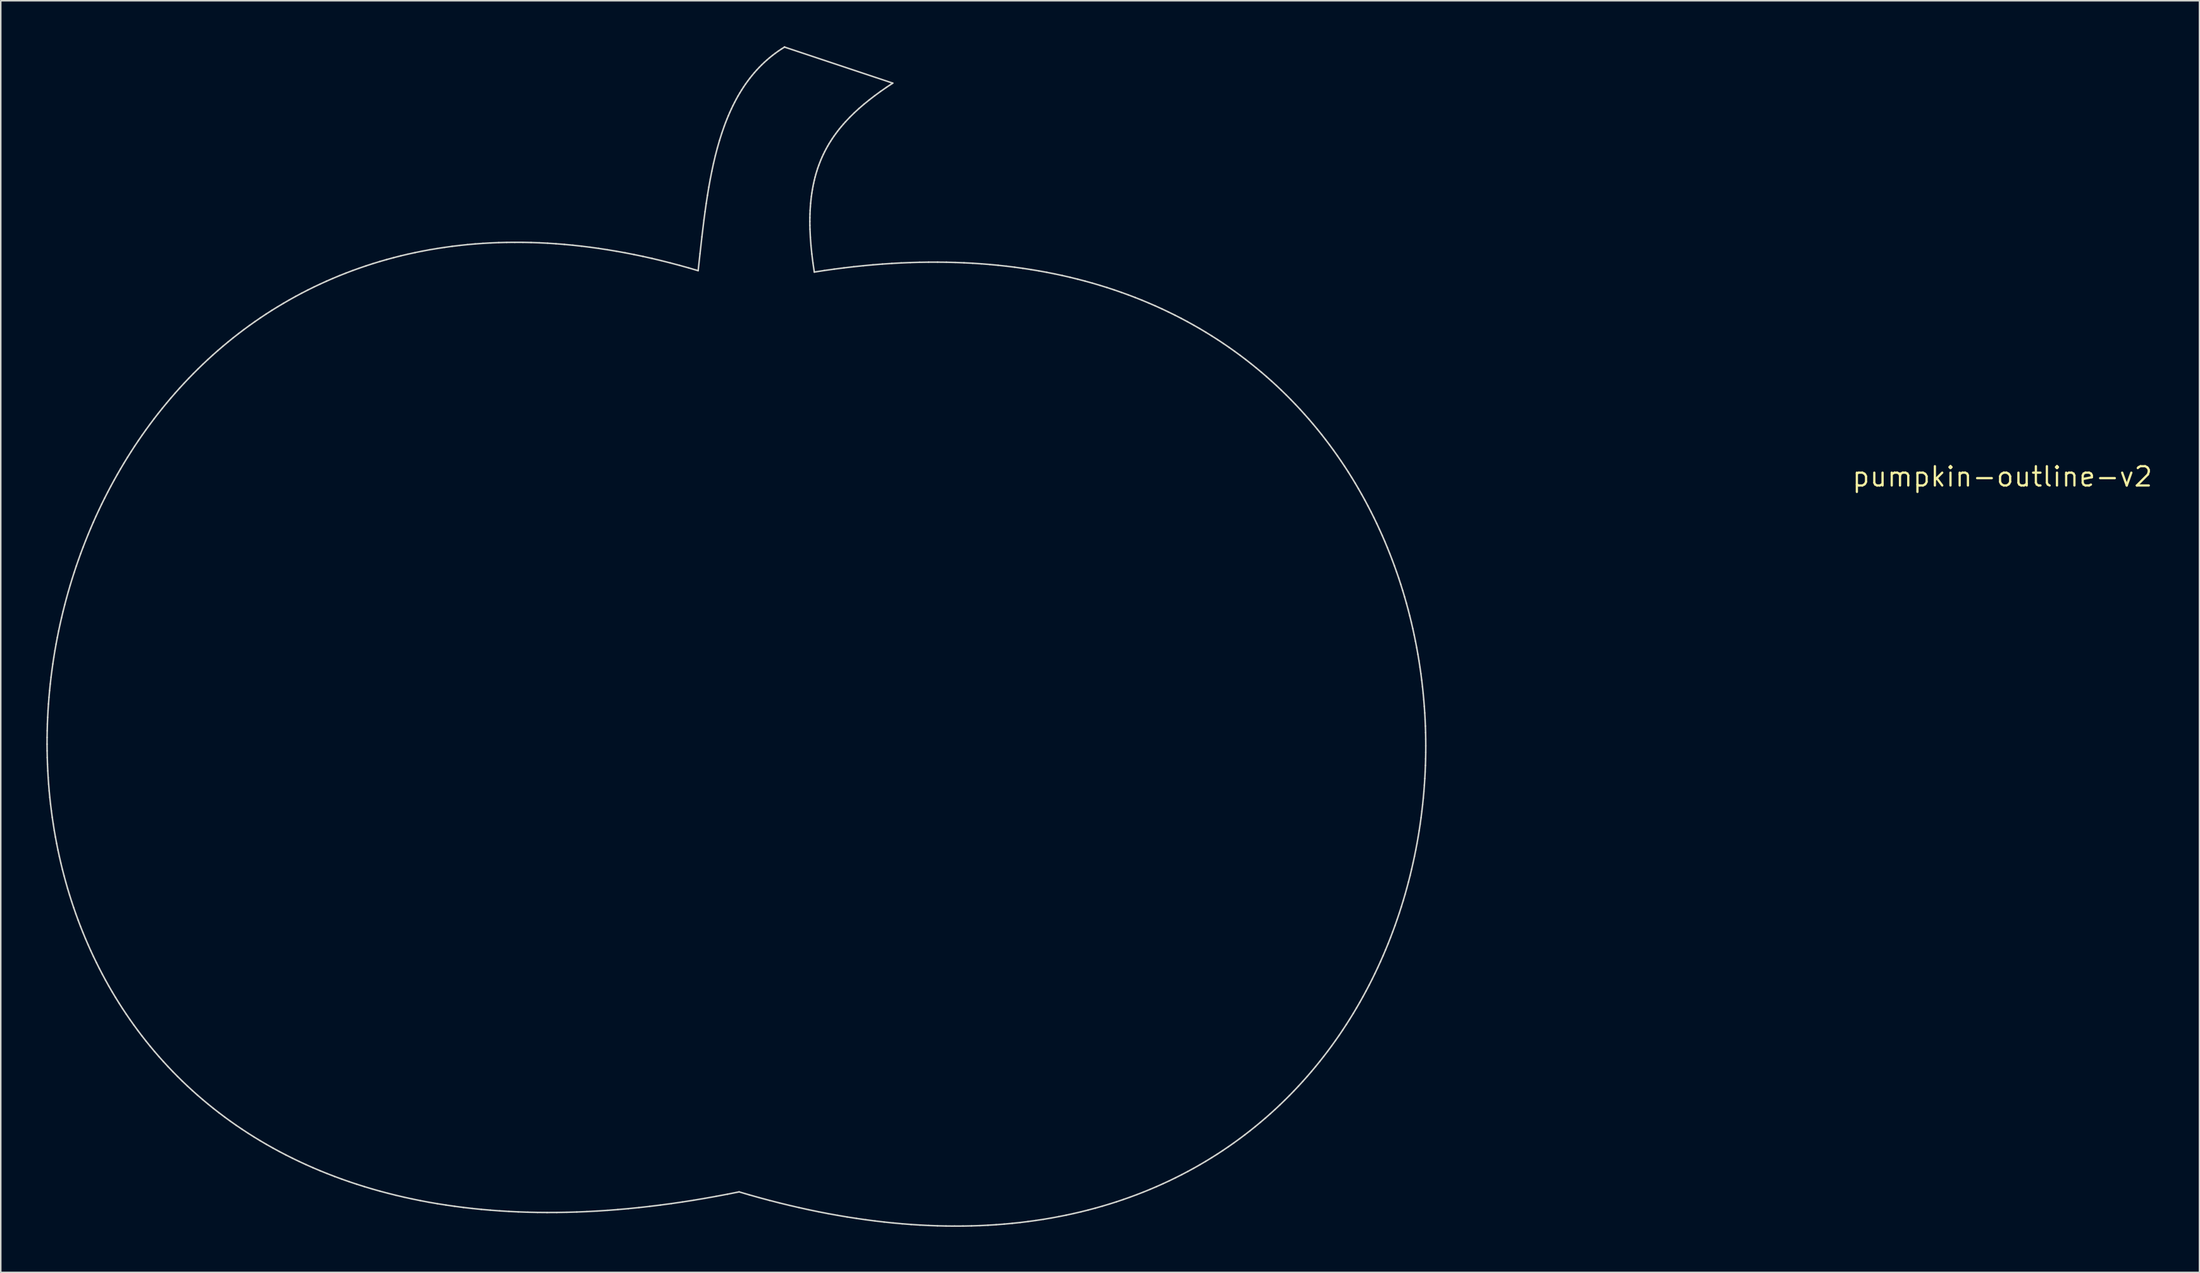
<source format=kicad_pcb>
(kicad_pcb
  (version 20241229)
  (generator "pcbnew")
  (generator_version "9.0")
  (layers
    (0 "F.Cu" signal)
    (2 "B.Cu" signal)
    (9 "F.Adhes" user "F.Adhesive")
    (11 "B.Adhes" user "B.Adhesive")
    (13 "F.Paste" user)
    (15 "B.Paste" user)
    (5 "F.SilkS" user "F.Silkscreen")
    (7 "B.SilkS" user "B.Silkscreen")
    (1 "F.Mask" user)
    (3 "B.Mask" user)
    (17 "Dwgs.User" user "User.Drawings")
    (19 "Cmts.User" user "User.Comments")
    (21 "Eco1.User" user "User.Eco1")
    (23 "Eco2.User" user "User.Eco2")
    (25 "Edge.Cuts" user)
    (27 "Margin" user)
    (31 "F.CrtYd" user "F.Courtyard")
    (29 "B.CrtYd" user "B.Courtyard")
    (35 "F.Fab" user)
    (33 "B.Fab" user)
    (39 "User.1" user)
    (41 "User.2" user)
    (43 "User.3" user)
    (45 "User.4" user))
  (footprint "pumpkin-outline-v2"
    (layer "F.Cu")
    (at 128.862 28.361)
    (property "Reference" "pumpkin-outline-v2" (at 0 0 0) (layer "F.SilkS") (effects (font (size 1.27 1.27) (thickness 0.15))))
    (attr through_hole)
    (fp_line (start -128.812 17.624) (end -128.808 18.065) (stroke (width 0.1) (type solid)) (layer "Edge.Cuts"))
    (fp_line (start -128.81 17.183) (end -128.812 17.624) (stroke (width 0.1) (type solid)) (layer "Edge.Cuts"))
    (fp_line (start -128.808 18.065) (end -128.799 18.506) (stroke (width 0.1) (type solid)) (layer "Edge.Cuts"))
    (fp_line (start -128.802 16.742) (end -128.81 17.183) (stroke (width 0.1) (type solid)) (layer "Edge.Cuts"))
    (fp_line (start -128.799 18.506) (end -128.784 18.946) (stroke (width 0.1) (type solid)) (layer "Edge.Cuts"))
    (fp_line (start -128.79 16.301) (end -128.802 16.742) (stroke (width 0.1) (type solid)) (layer "Edge.Cuts"))
    (fp_line (start -128.784 18.946) (end -128.764 19.386) (stroke (width 0.1) (type solid)) (layer "Edge.Cuts"))
    (fp_line (start -128.772 15.86) (end -128.79 16.301) (stroke (width 0.1) (type solid)) (layer "Edge.Cuts"))
    (fp_line (start -128.764 19.386) (end -128.739 19.825) (stroke (width 0.1) (type solid)) (layer "Edge.Cuts"))
    (fp_line (start -128.748 15.419) (end -128.772 15.86) (stroke (width 0.1) (type solid)) (layer "Edge.Cuts"))
    (fp_line (start -128.739 19.825) (end -128.708 20.264) (stroke (width 0.1) (type solid)) (layer "Edge.Cuts"))
    (fp_line (start -128.719 14.978) (end -128.748 15.419) (stroke (width 0.1) (type solid)) (layer "Edge.Cuts"))
    (fp_line (start -128.708 20.264) (end -128.672 20.702) (stroke (width 0.1) (type solid)) (layer "Edge.Cuts"))
    (fp_line (start -128.685 14.538) (end -128.719 14.978) (stroke (width 0.1) (type solid)) (layer "Edge.Cuts"))
    (fp_line (start -128.672 20.702) (end -128.63 21.139) (stroke (width 0.1) (type solid)) (layer "Edge.Cuts"))
    (fp_line (start -128.645 14.097) (end -128.685 14.538) (stroke (width 0.1) (type solid)) (layer "Edge.Cuts"))
    (fp_line (start -128.63 21.139) (end -128.582 21.576) (stroke (width 0.1) (type solid)) (layer "Edge.Cuts"))
    (fp_line (start -128.6 13.658) (end -128.645 14.097) (stroke (width 0.1) (type solid)) (layer "Edge.Cuts"))
    (fp_line (start -128.582 21.576) (end -128.529 22.012) (stroke (width 0.1) (type solid)) (layer "Edge.Cuts"))
    (fp_line (start -128.55 13.218) (end -128.6 13.658) (stroke (width 0.1) (type solid)) (layer "Edge.Cuts"))
    (fp_line (start -128.529 22.012) (end -128.47 22.447) (stroke (width 0.1) (type solid)) (layer "Edge.Cuts"))
    (fp_line (start -128.494 12.779) (end -128.55 13.218) (stroke (width 0.1) (type solid)) (layer "Edge.Cuts"))
    (fp_line (start -128.47 22.447) (end -128.406 22.88) (stroke (width 0.1) (type solid)) (layer "Edge.Cuts"))
    (fp_line (start -128.433 12.341) (end -128.494 12.779) (stroke (width 0.1) (type solid)) (layer "Edge.Cuts"))
    (fp_line (start -128.406 22.88) (end -128.337 23.313) (stroke (width 0.1) (type solid)) (layer "Edge.Cuts"))
    (fp_line (start -128.367 11.904) (end -128.433 12.341) (stroke (width 0.1) (type solid)) (layer "Edge.Cuts"))
    (fp_line (start -128.337 23.313) (end -128.261 23.745) (stroke (width 0.1) (type solid)) (layer "Edge.Cuts"))
    (fp_line (start -128.295 11.467) (end -128.367 11.904) (stroke (width 0.1) (type solid)) (layer "Edge.Cuts"))
    (fp_line (start -128.261 23.745) (end -128.18 24.175) (stroke (width 0.1) (type solid)) (layer "Edge.Cuts"))
    (fp_line (start -128.218 11.032) (end -128.295 11.467) (stroke (width 0.1) (type solid)) (layer "Edge.Cuts"))
    (fp_line (start -128.18 24.175) (end -128.094 24.604) (stroke (width 0.1) (type solid)) (layer "Edge.Cuts"))
    (fp_line (start -128.136 10.597) (end -128.218 11.032) (stroke (width 0.1) (type solid)) (layer "Edge.Cuts"))
    (fp_line (start -128.094 24.604) (end -128.001 25.032) (stroke (width 0.1) (type solid)) (layer "Edge.Cuts"))
    (fp_line (start -128.049 10.163) (end -128.136 10.597) (stroke (width 0.1) (type solid)) (layer "Edge.Cuts"))
    (fp_line (start -128.001 25.032) (end -127.904 25.458) (stroke (width 0.1) (type solid)) (layer "Edge.Cuts"))
    (fp_line (start -127.956 9.73) (end -128.049 10.163) (stroke (width 0.1) (type solid)) (layer "Edge.Cuts"))
    (fp_line (start -127.904 25.458) (end -127.8 25.883) (stroke (width 0.1) (type solid)) (layer "Edge.Cuts"))
    (fp_line (start -127.859 9.299) (end -127.956 9.73) (stroke (width 0.1) (type solid)) (layer "Edge.Cuts"))
    (fp_line (start -127.8 25.883) (end -127.691 26.306) (stroke (width 0.1) (type solid)) (layer "Edge.Cuts"))
    (fp_line (start -127.755 8.868) (end -127.859 9.299) (stroke (width 0.1) (type solid)) (layer "Edge.Cuts"))
    (fp_line (start -127.691 26.306) (end -127.576 26.727) (stroke (width 0.1) (type solid)) (layer "Edge.Cuts"))
    (fp_line (start -127.647 8.439) (end -127.755 8.868) (stroke (width 0.1) (type solid)) (layer "Edge.Cuts"))
    (fp_line (start -127.576 26.727) (end -127.456 27.147) (stroke (width 0.1) (type solid)) (layer "Edge.Cuts"))
    (fp_line (start -127.534 8.011) (end -127.647 8.439) (stroke (width 0.1) (type solid)) (layer "Edge.Cuts"))
    (fp_line (start -127.456 27.147) (end -127.329 27.565) (stroke (width 0.1) (type solid)) (layer "Edge.Cuts"))
    (fp_line (start -127.415 7.585) (end -127.534 8.011) (stroke (width 0.1) (type solid)) (layer "Edge.Cuts"))
    (fp_line (start -127.329 27.565) (end -127.198 27.98) (stroke (width 0.1) (type solid)) (layer "Edge.Cuts"))
    (fp_line (start -127.291 7.161) (end -127.415 7.585) (stroke (width 0.1) (type solid)) (layer "Edge.Cuts"))
    (fp_line (start -127.198 27.98) (end -127.06 28.394) (stroke (width 0.1) (type solid)) (layer "Edge.Cuts"))
    (fp_line (start -127.162 6.737) (end -127.291 7.161) (stroke (width 0.1) (type solid)) (layer "Edge.Cuts"))
    (fp_line (start -127.06 28.394) (end -126.917 28.806) (stroke (width 0.1) (type solid)) (layer "Edge.Cuts"))
    (fp_line (start -127.028 6.316) (end -127.162 6.737) (stroke (width 0.1) (type solid)) (layer "Edge.Cuts"))
    (fp_line (start -126.917 28.806) (end -126.768 29.216) (stroke (width 0.1) (type solid)) (layer "Edge.Cuts"))
    (fp_line (start -126.889 5.896) (end -127.028 6.316) (stroke (width 0.1) (type solid)) (layer "Edge.Cuts"))
    (fp_line (start -126.768 29.216) (end -126.613 29.624) (stroke (width 0.1) (type solid)) (layer "Edge.Cuts"))
    (fp_line (start -126.744 5.479) (end -126.889 5.896) (stroke (width 0.1) (type solid)) (layer "Edge.Cuts"))
    (fp_line (start -126.613 29.624) (end -126.452 30.029) (stroke (width 0.1) (type solid)) (layer "Edge.Cuts"))
    (fp_line (start -126.595 5.063) (end -126.744 5.479) (stroke (width 0.1) (type solid)) (layer "Edge.Cuts"))
    (fp_line (start -126.452 30.029) (end -126.286 30.432) (stroke (width 0.1) (type solid)) (layer "Edge.Cuts"))
    (fp_line (start -126.44 4.649) (end -126.595 5.063) (stroke (width 0.1) (type solid)) (layer "Edge.Cuts"))
    (fp_line (start -126.286 30.432) (end -126.114 30.832) (stroke (width 0.1) (type solid)) (layer "Edge.Cuts"))
    (fp_line (start -126.28 4.237) (end -126.44 4.649) (stroke (width 0.1) (type solid)) (layer "Edge.Cuts"))
    (fp_line (start -126.115 3.827) (end -126.28 4.237) (stroke (width 0.1) (type solid)) (layer "Edge.Cuts"))
    (fp_line (start -126.114 30.832) (end -125.936 31.23) (stroke (width 0.1) (type solid)) (layer "Edge.Cuts"))
    (fp_line (start -125.945 3.42) (end -126.115 3.827) (stroke (width 0.1) (type solid)) (layer "Edge.Cuts"))
    (fp_line (start -125.936 31.23) (end -125.752 31.626) (stroke (width 0.1) (type solid)) (layer "Edge.Cuts"))
    (fp_line (start -125.77 3.014) (end -125.945 3.42) (stroke (width 0.1) (type solid)) (layer "Edge.Cuts"))
    (fp_line (start -125.752 31.626) (end -125.562 32.018) (stroke (width 0.1) (type solid)) (layer "Edge.Cuts"))
    (fp_line (start -125.59 2.611) (end -125.77 3.014) (stroke (width 0.1) (type solid)) (layer "Edge.Cuts"))
    (fp_line (start -125.562 32.018) (end -125.367 32.408) (stroke (width 0.1) (type solid)) (layer "Edge.Cuts"))
    (fp_line (start -125.405 2.211) (end -125.59 2.611) (stroke (width 0.1) (type solid)) (layer "Edge.Cuts"))
    (fp_line (start -125.367 32.408) (end -125.166 32.795) (stroke (width 0.1) (type solid)) (layer "Edge.Cuts"))
    (fp_line (start -125.215 1.813) (end -125.405 2.211) (stroke (width 0.1) (type solid)) (layer "Edge.Cuts"))
    (fp_line (start -125.166 32.795) (end -124.959 33.18) (stroke (width 0.1) (type solid)) (layer "Edge.Cuts"))
    (fp_line (start -125.02 1.418) (end -125.215 1.813) (stroke (width 0.1) (type solid)) (layer "Edge.Cuts"))
    (fp_line (start -124.959 33.18) (end -124.746 33.561) (stroke (width 0.1) (type solid)) (layer "Edge.Cuts"))
    (fp_line (start -124.82 1.025) (end -125.02 1.418) (stroke (width 0.1) (type solid)) (layer "Edge.Cuts"))
    (fp_line (start -124.746 33.561) (end -124.527 33.94) (stroke (width 0.1) (type solid)) (layer "Edge.Cuts"))
    (fp_line (start -124.615 0.635) (end -124.82 1.025) (stroke (width 0.1) (type solid)) (layer "Edge.Cuts"))
    (fp_line (start -124.527 33.94) (end -124.302 34.315) (stroke (width 0.1) (type solid)) (layer "Edge.Cuts"))
    (fp_line (start -124.404 0.248) (end -124.615 0.635) (stroke (width 0.1) (type solid)) (layer "Edge.Cuts"))
    (fp_line (start -124.302 34.315) (end -124.071 34.687) (stroke (width 0.1) (type solid)) (layer "Edge.Cuts"))
    (fp_line (start -124.189 -0.137) (end -124.404 0.248) (stroke (width 0.1) (type solid)) (layer "Edge.Cuts"))
    (fp_line (start -124.071 34.687) (end -123.835 35.056) (stroke (width 0.1) (type solid)) (layer "Edge.Cuts"))
    (fp_line (start -123.969 -0.518) (end -124.189 -0.137) (stroke (width 0.1) (type solid)) (layer "Edge.Cuts"))
    (fp_line (start -123.835 35.056) (end -123.592 35.421) (stroke (width 0.1) (type solid)) (layer "Edge.Cuts"))
    (fp_line (start -123.744 -0.897) (end -123.969 -0.518) (stroke (width 0.1) (type solid)) (layer "Edge.Cuts"))
    (fp_line (start -123.592 35.421) (end -123.344 35.783) (stroke (width 0.1) (type solid)) (layer "Edge.Cuts"))
    (fp_line (start -123.514 -1.272) (end -123.744 -0.897) (stroke (width 0.1) (type solid)) (layer "Edge.Cuts"))
    (fp_line (start -123.344 35.783) (end -123.089 36.142) (stroke (width 0.1) (type solid)) (layer "Edge.Cuts"))
    (fp_line (start -123.279 -1.644) (end -123.514 -1.272) (stroke (width 0.1) (type solid)) (layer "Edge.Cuts"))
    (fp_line (start -123.089 36.142) (end -122.829 36.497) (stroke (width 0.1) (type solid)) (layer "Edge.Cuts"))
    (fp_line (start -123.04 -2.013) (end -123.279 -1.644) (stroke (width 0.1) (type solid)) (layer "Edge.Cuts"))
    (fp_line (start -122.829 36.497) (end -122.563 36.849) (stroke (width 0.1) (type solid)) (layer "Edge.Cuts"))
    (fp_line (start -122.795 -2.378) (end -123.04 -2.013) (stroke (width 0.1) (type solid)) (layer "Edge.Cuts"))
    (fp_line (start -122.563 36.849) (end -122.291 37.196) (stroke (width 0.1) (type solid)) (layer "Edge.Cuts"))
    (fp_line (start -122.545 -2.741) (end -122.795 -2.378) (stroke (width 0.1) (type solid)) (layer "Edge.Cuts"))
    (fp_line (start -122.291 -3.099) (end -122.545 -2.741) (stroke (width 0.1) (type solid)) (layer "Edge.Cuts"))
    (fp_line (start -122.291 37.196) (end -122.012 37.54) (stroke (width 0.1) (type solid)) (layer "Edge.Cuts"))
    (fp_line (start -122.032 -3.454) (end -122.291 -3.099) (stroke (width 0.1) (type solid)) (layer "Edge.Cuts"))
    (fp_line (start -122.012 37.54) (end -121.728 37.881) (stroke (width 0.1) (type solid)) (layer "Edge.Cuts"))
    (fp_line (start -121.768 -3.806) (end -122.032 -3.454) (stroke (width 0.1) (type solid)) (layer "Edge.Cuts"))
    (fp_line (start -121.728 37.881) (end -121.438 38.217) (stroke (width 0.1) (type solid)) (layer "Edge.Cuts"))
    (fp_line (start -121.499 -4.154) (end -121.768 -3.806) (stroke (width 0.1) (type solid)) (layer "Edge.Cuts"))
    (fp_line (start -121.438 38.217) (end -121.141 38.549) (stroke (width 0.1) (type solid)) (layer "Edge.Cuts"))
    (fp_line (start -121.225 -4.498) (end -121.499 -4.154) (stroke (width 0.1) (type solid)) (layer "Edge.Cuts"))
    (fp_line (start -121.141 38.549) (end -120.839 38.877) (stroke (width 0.1) (type solid)) (layer "Edge.Cuts"))
    (fp_line (start -120.946 -4.838) (end -121.225 -4.498) (stroke (width 0.1) (type solid)) (layer "Edge.Cuts"))
    (fp_line (start -120.839 38.877) (end -120.531 39.201) (stroke (width 0.1) (type solid)) (layer "Edge.Cuts"))
    (fp_line (start -120.663 -5.174) (end -120.946 -4.838) (stroke (width 0.1) (type solid)) (layer "Edge.Cuts"))
    (fp_line (start -120.531 39.201) (end -120.216 39.521) (stroke (width 0.1) (type solid)) (layer "Edge.Cuts"))
    (fp_line (start -120.374 -5.506) (end -120.663 -5.174) (stroke (width 0.1) (type solid)) (layer "Edge.Cuts"))
    (fp_line (start -120.216 39.521) (end -119.896 39.837) (stroke (width 0.1) (type solid)) (layer "Edge.Cuts"))
    (fp_line (start -120.081 -5.835) (end -120.374 -5.506) (stroke (width 0.1) (type solid)) (layer "Edge.Cuts"))
    (fp_line (start -119.896 39.837) (end -119.569 40.148) (stroke (width 0.1) (type solid)) (layer "Edge.Cuts"))
    (fp_line (start -119.783 -6.159) (end -120.081 -5.835) (stroke (width 0.1) (type solid)) (layer "Edge.Cuts"))
    (fp_line (start -119.569 40.148) (end -119.236 40.454) (stroke (width 0.1) (type solid)) (layer "Edge.Cuts"))
    (fp_line (start -119.481 -6.478) (end -119.783 -6.159) (stroke (width 0.1) (type solid)) (layer "Edge.Cuts"))
    (fp_line (start -119.236 40.454) (end -118.897 40.757) (stroke (width 0.1) (type solid)) (layer "Edge.Cuts"))
    (fp_line (start -119.173 -6.794) (end -119.481 -6.478) (stroke (width 0.1) (type solid)) (layer "Edge.Cuts"))
    (fp_line (start -118.897 40.757) (end -118.552 41.054) (stroke (width 0.1) (type solid)) (layer "Edge.Cuts"))
    (fp_line (start -118.861 -7.105) (end -119.173 -6.794) (stroke (width 0.1) (type solid)) (layer "Edge.Cuts"))
    (fp_line (start -118.552 41.054) (end -118.201 41.347) (stroke (width 0.1) (type solid)) (layer "Edge.Cuts"))
    (fp_line (start -118.544 -7.412) (end -118.861 -7.105) (stroke (width 0.1) (type solid)) (layer "Edge.Cuts"))
    (fp_line (start -118.223 -7.714) (end -118.544 -7.412) (stroke (width 0.1) (type solid)) (layer "Edge.Cuts"))
    (fp_line (start -118.201 41.347) (end -117.844 41.635) (stroke (width 0.1) (type solid)) (layer "Edge.Cuts"))
    (fp_line (start -117.897 -8.012) (end -118.223 -7.714) (stroke (width 0.1) (type solid)) (layer "Edge.Cuts"))
    (fp_line (start -117.844 41.635) (end -117.481 41.919) (stroke (width 0.1) (type solid)) (layer "Edge.Cuts"))
    (fp_line (start -117.566 -8.305) (end -117.897 -8.012) (stroke (width 0.1) (type solid)) (layer "Edge.Cuts"))
    (fp_line (start -117.481 41.919) (end -117.111 42.197) (stroke (width 0.1) (type solid)) (layer "Edge.Cuts"))
    (fp_line (start -117.23 -8.593) (end -117.566 -8.305) (stroke (width 0.1) (type solid)) (layer "Edge.Cuts"))
    (fp_line (start -117.111 42.197) (end -116.735 42.471) (stroke (width 0.1) (type solid)) (layer "Edge.Cuts"))
    (fp_line (start -116.89 -8.876) (end -117.23 -8.593) (stroke (width 0.1) (type solid)) (layer "Edge.Cuts"))
    (fp_line (start -116.735 42.471) (end -116.354 42.739) (stroke (width 0.1) (type solid)) (layer "Edge.Cuts"))
    (fp_line (start -116.545 -9.155) (end -116.89 -8.876) (stroke (width 0.1) (type solid)) (layer "Edge.Cuts"))
    (fp_line (start -116.354 42.739) (end -115.965 43.002) (stroke (width 0.1) (type solid)) (layer "Edge.Cuts"))
    (fp_line (start -116.195 -9.428) (end -116.545 -9.155) (stroke (width 0.1) (type solid)) (layer "Edge.Cuts"))
    (fp_line (start -115.965 43.002) (end -115.571 43.261) (stroke (width 0.1) (type solid)) (layer "Edge.Cuts"))
    (fp_line (start -115.841 -9.697) (end -116.195 -9.428) (stroke (width 0.1) (type solid)) (layer "Edge.Cuts"))
    (fp_line (start -115.571 43.261) (end -115.171 43.513) (stroke (width 0.1) (type solid)) (layer "Edge.Cuts"))
    (fp_line (start -115.482 -9.96) (end -115.841 -9.697) (stroke (width 0.1) (type solid)) (layer "Edge.Cuts"))
    (fp_line (start -115.171 43.513) (end -114.764 43.761) (stroke (width 0.1) (type solid)) (layer "Edge.Cuts"))
    (fp_line (start -115.119 -10.218) (end -115.482 -9.96) (stroke (width 0.1) (type solid)) (layer "Edge.Cuts"))
    (fp_line (start -114.764 43.761) (end -114.351 44.003) (stroke (width 0.1) (type solid)) (layer "Edge.Cuts"))
    (fp_line (start -114.751 -10.471) (end -115.119 -10.218) (stroke (width 0.1) (type solid)) (layer "Edge.Cuts"))
    (fp_line (start -114.378 -10.719) (end -114.751 -10.471) (stroke (width 0.1) (type solid)) (layer "Edge.Cuts"))
    (fp_line (start -114.351 44.003) (end -113.931 44.24) (stroke (width 0.1) (type solid)) (layer "Edge.Cuts"))
    (fp_line (start -114.001 -10.961) (end -114.378 -10.719) (stroke (width 0.1) (type solid)) (layer "Edge.Cuts"))
    (fp_line (start -113.931 44.24) (end -113.506 44.471) (stroke (width 0.1) (type solid)) (layer "Edge.Cuts"))
    (fp_line (start -113.619 -11.197) (end -114.001 -10.961) (stroke (width 0.1) (type solid)) (layer "Edge.Cuts"))
    (fp_line (start -113.506 44.471) (end -113.074 44.696) (stroke (width 0.1) (type solid)) (layer "Edge.Cuts"))
    (fp_line (start -113.232 -11.428) (end -113.619 -11.197) (stroke (width 0.1) (type solid)) (layer "Edge.Cuts"))
    (fp_line (start -113.074 44.696) (end -112.636 44.916) (stroke (width 0.1) (type solid)) (layer "Edge.Cuts"))
    (fp_line (start -112.842 -11.654) (end -113.232 -11.428) (stroke (width 0.1) (type solid)) (layer "Edge.Cuts"))
    (fp_line (start -112.636 44.916) (end -112.191 45.13) (stroke (width 0.1) (type solid)) (layer "Edge.Cuts"))
    (fp_line (start -112.446 -11.874) (end -112.842 -11.654) (stroke (width 0.1) (type solid)) (layer "Edge.Cuts"))
    (fp_line (start -112.191 45.13) (end -111.741 45.338) (stroke (width 0.1) (type solid)) (layer "Edge.Cuts"))
    (fp_line (start -112.046 -12.088) (end -112.446 -11.874) (stroke (width 0.1) (type solid)) (layer "Edge.Cuts"))
    (fp_line (start -111.741 45.338) (end -111.284 45.54) (stroke (width 0.1) (type solid)) (layer "Edge.Cuts"))
    (fp_line (start -111.642 -12.296) (end -112.046 -12.088) (stroke (width 0.1) (type solid)) (layer "Edge.Cuts"))
    (fp_line (start -111.284 45.54) (end -110.82 45.736) (stroke (width 0.1) (type solid)) (layer "Edge.Cuts"))
    (fp_line (start -111.233 -12.498) (end -111.642 -12.296) (stroke (width 0.1) (type solid)) (layer "Edge.Cuts"))
    (fp_line (start -110.82 45.736) (end -110.35 45.926) (stroke (width 0.1) (type solid)) (layer "Edge.Cuts"))
    (fp_line (start -110.819 -12.694) (end -111.233 -12.498) (stroke (width 0.1) (type solid)) (layer "Edge.Cuts"))
    (fp_line (start -110.401 -12.884) (end -110.819 -12.694) (stroke (width 0.1) (type solid)) (layer "Edge.Cuts"))
    (fp_line (start -110.35 45.926) (end -109.874 46.11) (stroke (width 0.1) (type solid)) (layer "Edge.Cuts"))
    (fp_line (start -109.979 -13.068) (end -110.401 -12.884) (stroke (width 0.1) (type solid)) (layer "Edge.Cuts"))
    (fp_line (start -109.874 46.11) (end -109.392 46.288) (stroke (width 0.1) (type solid)) (layer "Edge.Cuts"))
    (fp_line (start -109.552 -13.246) (end -109.979 -13.068) (stroke (width 0.1) (type solid)) (layer "Edge.Cuts"))
    (fp_line (start -109.392 46.288) (end -108.903 46.459) (stroke (width 0.1) (type solid)) (layer "Edge.Cuts"))
    (fp_line (start -109.12 -13.417) (end -109.552 -13.246) (stroke (width 0.1) (type solid)) (layer "Edge.Cuts"))
    (fp_line (start -108.903 46.459) (end -108.408 46.624) (stroke (width 0.1) (type solid)) (layer "Edge.Cuts"))
    (fp_line (start -108.685 -13.582) (end -109.12 -13.417) (stroke (width 0.1) (type solid)) (layer "Edge.Cuts"))
    (fp_line (start -108.408 46.624) (end -107.906 46.782) (stroke (width 0.1) (type solid)) (layer "Edge.Cuts"))
    (fp_line (start -108.245 -13.74) (end -108.685 -13.582) (stroke (width 0.1) (type solid)) (layer "Edge.Cuts"))
    (fp_line (start -107.906 46.782) (end -107.398 46.934) (stroke (width 0.1) (type solid)) (layer "Edge.Cuts"))
    (fp_line (start -107.8 -13.892) (end -108.245 -13.74) (stroke (width 0.1) (type solid)) (layer "Edge.Cuts"))
    (fp_line (start -107.398 46.934) (end -106.883 47.08) (stroke (width 0.1) (type solid)) (layer "Edge.Cuts"))
    (fp_line (start -107.351 -14.038) (end -107.8 -13.892) (stroke (width 0.1) (type solid)) (layer "Edge.Cuts"))
    (fp_line (start -106.898 -14.176) (end -107.351 -14.038) (stroke (width 0.1) (type solid)) (layer "Edge.Cuts"))
    (fp_line (start -106.883 47.08) (end -106.362 47.218) (stroke (width 0.1) (type solid)) (layer "Edge.Cuts"))
    (fp_line (start -106.44 -14.308) (end -106.898 -14.176) (stroke (width 0.1) (type solid)) (layer "Edge.Cuts"))
    (fp_line (start -106.362 47.218) (end -105.835 47.35) (stroke (width 0.1) (type solid)) (layer "Edge.Cuts"))
    (fp_line (start -105.978 -14.433) (end -106.44 -14.308) (stroke (width 0.1) (type solid)) (layer "Edge.Cuts"))
    (fp_line (start -105.835 47.35) (end -105.301 47.475) (stroke (width 0.1) (type solid)) (layer "Edge.Cuts"))
    (fp_line (start -105.511 -14.552) (end -105.978 -14.433) (stroke (width 0.1) (type solid)) (layer "Edge.Cuts"))
    (fp_line (start -105.301 47.475) (end -104.761 47.593) (stroke (width 0.1) (type solid)) (layer "Edge.Cuts"))
    (fp_line (start -105.041 -14.663) (end -105.511 -14.552) (stroke (width 0.1) (type solid)) (layer "Edge.Cuts"))
    (fp_line (start -104.761 47.593) (end -104.214 47.705) (stroke (width 0.1) (type solid)) (layer "Edge.Cuts"))
    (fp_line (start -104.565 -14.767) (end -105.041 -14.663) (stroke (width 0.1) (type solid)) (layer "Edge.Cuts"))
    (fp_line (start -104.214 47.705) (end -103.661 47.809) (stroke (width 0.1) (type solid)) (layer "Edge.Cuts"))
    (fp_line (start -104.086 -14.864) (end -104.565 -14.767) (stroke (width 0.1) (type solid)) (layer "Edge.Cuts"))
    (fp_line (start -103.661 47.809) (end -103.101 47.906) (stroke (width 0.1) (type solid)) (layer "Edge.Cuts"))
    (fp_line (start -103.602 -14.954) (end -104.086 -14.864) (stroke (width 0.1) (type solid)) (layer "Edge.Cuts"))
    (fp_line (start -103.114 -15.036) (end -103.602 -14.954) (stroke (width 0.1) (type solid)) (layer "Edge.Cuts"))
    (fp_line (start -103.101 47.906) (end -102.534 47.995) (stroke (width 0.1) (type solid)) (layer "Edge.Cuts"))
    (fp_line (start -102.622 -15.111) (end -103.114 -15.036) (stroke (width 0.1) (type solid)) (layer "Edge.Cuts"))
    (fp_line (start -102.534 47.995) (end -101.962 48.078) (stroke (width 0.1) (type solid)) (layer "Edge.Cuts"))
    (fp_line (start -102.125 -15.179) (end -102.622 -15.111) (stroke (width 0.1) (type solid)) (layer "Edge.Cuts"))
    (fp_line (start -101.962 48.078) (end -101.382 48.153) (stroke (width 0.1) (type solid)) (layer "Edge.Cuts"))
    (fp_line (start -101.624 -15.239) (end -102.125 -15.179) (stroke (width 0.1) (type solid)) (layer "Edge.Cuts"))
    (fp_line (start -101.382 48.153) (end -100.796 48.221) (stroke (width 0.1) (type solid)) (layer "Edge.Cuts"))
    (fp_line (start -101.119 -15.292) (end -101.624 -15.239) (stroke (width 0.1) (type solid)) (layer "Edge.Cuts"))
    (fp_line (start -100.796 48.221) (end -100.204 48.281) (stroke (width 0.1) (type solid)) (layer "Edge.Cuts"))
    (fp_line (start -100.61 -15.337) (end -101.119 -15.292) (stroke (width 0.1) (type solid)) (layer "Edge.Cuts"))
    (fp_line (start -100.204 48.281) (end -99.604 48.333) (stroke (width 0.1) (type solid)) (layer "Edge.Cuts"))
    (fp_line (start -100.097 -15.374) (end -100.61 -15.337) (stroke (width 0.1) (type solid)) (layer "Edge.Cuts"))
    (fp_line (start -99.604 48.333) (end -98.999 48.378) (stroke (width 0.1) (type solid)) (layer "Edge.Cuts"))
    (fp_line (start -99.579 -15.404) (end -100.097 -15.374) (stroke (width 0.1) (type solid)) (layer "Edge.Cuts"))
    (fp_line (start -99.057 -15.425) (end -99.579 -15.404) (stroke (width 0.1) (type solid)) (layer "Edge.Cuts"))
    (fp_line (start -98.999 48.378) (end -98.386 48.416) (stroke (width 0.1) (type solid)) (layer "Edge.Cuts"))
    (fp_line (start -98.531 -15.439) (end -99.057 -15.425) (stroke (width 0.1) (type solid)) (layer "Edge.Cuts"))
    (fp_line (start -98.386 48.416) (end -97.767 48.445) (stroke (width 0.1) (type solid)) (layer "Edge.Cuts"))
    (fp_line (start -98 -15.444) (end -98.531 -15.439) (stroke (width 0.1) (type solid)) (layer "Edge.Cuts"))
    (fp_line (start -97.767 48.445) (end -97.142 48.467) (stroke (width 0.1) (type solid)) (layer "Edge.Cuts"))
    (fp_line (start -97.466 -15.442) (end -98 -15.444) (stroke (width 0.1) (type solid)) (layer "Edge.Cuts"))
    (fp_line (start -97.142 48.467) (end -96.51 48.48) (stroke (width 0.1) (type solid)) (layer "Edge.Cuts"))
    (fp_line (start -96.927 -15.431) (end -97.466 -15.442) (stroke (width 0.1) (type solid)) (layer "Edge.Cuts"))
    (fp_line (start -96.51 48.48) (end -95.871 48.486) (stroke (width 0.1) (type solid)) (layer "Edge.Cuts"))
    (fp_line (start -96.384 -15.412) (end -96.927 -15.431) (stroke (width 0.1) (type solid)) (layer "Edge.Cuts"))
    (fp_line (start -95.871 48.486) (end -95.225 48.483) (stroke (width 0.1) (type solid)) (layer "Edge.Cuts"))
    (fp_line (start -95.838 -15.385) (end -96.384 -15.412) (stroke (width 0.1) (type solid)) (layer "Edge.Cuts"))
    (fp_line (start -95.286 -15.349) (end -95.838 -15.385) (stroke (width 0.1) (type solid)) (layer "Edge.Cuts"))
    (fp_line (start -95.225 48.483) (end -94.573 48.472) (stroke (width 0.1) (type solid)) (layer "Edge.Cuts"))
    (fp_line (start -94.731 -15.305) (end -95.286 -15.349) (stroke (width 0.1) (type solid)) (layer "Edge.Cuts"))
    (fp_line (start -94.573 48.472) (end -93.914 48.453) (stroke (width 0.1) (type solid)) (layer "Edge.Cuts"))
    (fp_line (start -94.172 -15.252) (end -94.731 -15.305) (stroke (width 0.1) (type solid)) (layer "Edge.Cuts"))
    (fp_line (start -93.914 48.453) (end -93.248 48.426) (stroke (width 0.1) (type solid)) (layer "Edge.Cuts"))
    (fp_line (start -93.609 -15.191) (end -94.172 -15.252) (stroke (width 0.1) (type solid)) (layer "Edge.Cuts"))
    (fp_line (start -93.248 48.426) (end -92.576 48.39) (stroke (width 0.1) (type solid)) (layer "Edge.Cuts"))
    (fp_line (start -93.041 -15.121) (end -93.609 -15.191) (stroke (width 0.1) (type solid)) (layer "Edge.Cuts"))
    (fp_line (start -92.576 48.39) (end -91.897 48.346) (stroke (width 0.1) (type solid)) (layer "Edge.Cuts"))
    (fp_line (start -92.47 -15.042) (end -93.041 -15.121) (stroke (width 0.1) (type solid)) (layer "Edge.Cuts"))
    (fp_line (start -91.897 48.346) (end -91.211 48.293) (stroke (width 0.1) (type solid)) (layer "Edge.Cuts"))
    (fp_line (start -91.894 -14.954) (end -92.47 -15.042) (stroke (width 0.1) (type solid)) (layer "Edge.Cuts"))
    (fp_line (start -91.315 -14.858) (end -91.894 -14.954) (stroke (width 0.1) (type solid)) (layer "Edge.Cuts"))
    (fp_line (start -91.211 48.293) (end -90.519 48.232) (stroke (width 0.1) (type solid)) (layer "Edge.Cuts"))
    (fp_line (start -90.731 -14.752) (end -91.315 -14.858) (stroke (width 0.1) (type solid)) (layer "Edge.Cuts"))
    (fp_line (start -90.519 48.232) (end -89.82 48.162) (stroke (width 0.1) (type solid)) (layer "Edge.Cuts"))
    (fp_line (start -90.144 -14.637) (end -90.731 -14.752) (stroke (width 0.1) (type solid)) (layer "Edge.Cuts"))
    (fp_line (start -89.82 48.162) (end -89.114 48.083) (stroke (width 0.1) (type solid)) (layer "Edge.Cuts"))
    (fp_line (start -89.552 -14.514) (end -90.144 -14.637) (stroke (width 0.1) (type solid)) (layer "Edge.Cuts"))
    (fp_line (start -89.114 48.083) (end -88.401 47.995) (stroke (width 0.1) (type solid)) (layer "Edge.Cuts"))
    (fp_line (start -88.956 -14.381) (end -89.552 -14.514) (stroke (width 0.1) (type solid)) (layer "Edge.Cuts"))
    (fp_line (start -88.401 47.995) (end -87.682 47.899) (stroke (width 0.1) (type solid)) (layer "Edge.Cuts"))
    (fp_line (start -88.357 -14.238) (end -88.956 -14.381) (stroke (width 0.1) (type solid)) (layer "Edge.Cuts"))
    (fp_line (start -87.753 -14.086) (end -88.357 -14.238) (stroke (width 0.1) (type solid)) (layer "Edge.Cuts"))
    (fp_line (start -87.682 47.899) (end -86.955 47.793) (stroke (width 0.1) (type solid)) (layer "Edge.Cuts"))
    (fp_line (start -87.146 -13.925) (end -87.753 -14.086) (stroke (width 0.1) (type solid)) (layer "Edge.Cuts"))
    (fp_line (start -86.955 47.793) (end -86.222 47.678) (stroke (width 0.1) (type solid)) (layer "Edge.Cuts"))
    (fp_line (start -86.534 -13.755) (end -87.146 -13.925) (stroke (width 0.1) (type solid)) (layer "Edge.Cuts"))
    (fp_line (start -86.222 47.678) (end -85.482 47.554) (stroke (width 0.1) (type solid)) (layer "Edge.Cuts"))
    (fp_line (start -85.919 -13.574) (end -86.534 -13.755) (stroke (width 0.1) (type solid)) (layer "Edge.Cuts"))
    (fp_line (start -85.797 -14.691) (end -85.919 -13.574) (stroke (width 0.1) (type solid)) (layer "Edge.Cuts"))
    (fp_line (start -85.672 -15.804) (end -85.797 -14.691) (stroke (width 0.1) (type solid)) (layer "Edge.Cuts"))
    (fp_line (start -85.538 -16.909) (end -85.672 -15.804) (stroke (width 0.1) (type solid)) (layer "Edge.Cuts"))
    (fp_line (start -85.482 47.554) (end -84.735 47.421) (stroke (width 0.1) (type solid)) (layer "Edge.Cuts"))
    (fp_line (start -85.465 -17.458) (end -85.538 -16.909) (stroke (width 0.1) (type solid)) (layer "Edge.Cuts"))
    (fp_line (start -85.388 -18.002) (end -85.465 -17.458) (stroke (width 0.1) (type solid)) (layer "Edge.Cuts"))
    (fp_line (start -85.305 -18.542) (end -85.388 -18.002) (stroke (width 0.1) (type solid)) (layer "Edge.Cuts"))
    (fp_line (start -85.217 -19.077) (end -85.305 -18.542) (stroke (width 0.1) (type solid)) (layer "Edge.Cuts"))
    (fp_line (start -85.121 -19.606) (end -85.217 -19.077) (stroke (width 0.1) (type solid)) (layer "Edge.Cuts"))
    (fp_line (start -85.018 -20.129) (end -85.121 -19.606) (stroke (width 0.1) (type solid)) (layer "Edge.Cuts"))
    (fp_line (start -84.907 -20.645) (end -85.018 -20.129) (stroke (width 0.1) (type solid)) (layer "Edge.Cuts"))
    (fp_line (start -84.786 -21.153) (end -84.907 -20.645) (stroke (width 0.1) (type solid)) (layer "Edge.Cuts"))
    (fp_line (start -84.735 47.421) (end -83.982 47.279) (stroke (width 0.1) (type solid)) (layer "Edge.Cuts"))
    (fp_line (start -84.656 -21.653) (end -84.786 -21.153) (stroke (width 0.1) (type solid)) (layer "Edge.Cuts"))
    (fp_line (start -84.515 -22.145) (end -84.656 -21.653) (stroke (width 0.1) (type solid)) (layer "Edge.Cuts"))
    (fp_line (start -84.363 -22.627) (end -84.515 -22.145) (stroke (width 0.1) (type solid)) (layer "Edge.Cuts"))
    (fp_line (start -84.199 -23.099) (end -84.363 -22.627) (stroke (width 0.1) (type solid)) (layer "Edge.Cuts"))
    (fp_line (start -84.113 -23.331) (end -84.199 -23.099) (stroke (width 0.1) (type solid)) (layer "Edge.Cuts"))
    (fp_line (start -84.023 -23.56) (end -84.113 -23.331) (stroke (width 0.1) (type solid)) (layer "Edge.Cuts"))
    (fp_line (start -83.982 47.279) (end -83.221 47.127) (stroke (width 0.1) (type solid)) (layer "Edge.Cuts"))
    (fp_line (start -83.929 -23.787) (end -84.023 -23.56) (stroke (width 0.1) (type solid)) (layer "Edge.Cuts"))
    (fp_line (start -83.832 -24.01) (end -83.929 -23.787) (stroke (width 0.1) (type solid)) (layer "Edge.Cuts"))
    (fp_line (start -83.732 -24.231) (end -83.832 -24.01) (stroke (width 0.1) (type solid)) (layer "Edge.Cuts"))
    (fp_line (start -83.628 -24.449) (end -83.732 -24.231) (stroke (width 0.1) (type solid)) (layer "Edge.Cuts"))
    (fp_line (start -83.52 -24.663) (end -83.628 -24.449) (stroke (width 0.1) (type solid)) (layer "Edge.Cuts"))
    (fp_line (start -83.408 -24.874) (end -83.52 -24.663) (stroke (width 0.1) (type solid)) (layer "Edge.Cuts"))
    (fp_line (start -83.293 -25.083) (end -83.408 -24.874) (stroke (width 0.1) (type solid)) (layer "Edge.Cuts"))
    (fp_line (start -83.221 47.127) (end -82.55 47.324) (stroke (width 0.1) (type solid)) (layer "Edge.Cuts"))
    (fp_line (start -83.173 -25.287) (end -83.293 -25.083) (stroke (width 0.1) (type solid)) (layer "Edge.Cuts"))
    (fp_line (start -83.05 -25.488) (end -83.173 -25.287) (stroke (width 0.1) (type solid)) (layer "Edge.Cuts"))
    (fp_line (start -82.922 -25.686) (end -83.05 -25.488) (stroke (width 0.1) (type solid)) (layer "Edge.Cuts"))
    (fp_line (start -82.79 -25.88) (end -82.922 -25.686) (stroke (width 0.1) (type solid)) (layer "Edge.Cuts"))
    (fp_line (start -82.653 -26.071) (end -82.79 -25.88) (stroke (width 0.1) (type solid)) (layer "Edge.Cuts"))
    (fp_line (start -82.55 47.324) (end -81.883 47.511) (stroke (width 0.1) (type solid)) (layer "Edge.Cuts"))
    (fp_line (start -82.512 -26.258) (end -82.653 -26.071) (stroke (width 0.1) (type solid)) (layer "Edge.Cuts"))
    (fp_line (start -82.366 -26.441) (end -82.512 -26.258) (stroke (width 0.1) (type solid)) (layer "Edge.Cuts"))
    (fp_line (start -82.216 -26.62) (end -82.366 -26.441) (stroke (width 0.1) (type solid)) (layer "Edge.Cuts"))
    (fp_line (start -82.061 -26.795) (end -82.216 -26.62) (stroke (width 0.1) (type solid)) (layer "Edge.Cuts"))
    (fp_line (start -81.901 -26.966) (end -82.061 -26.795) (stroke (width 0.1) (type solid)) (layer "Edge.Cuts"))
    (fp_line (start -81.883 47.511) (end -81.222 47.688) (stroke (width 0.1) (type solid)) (layer "Edge.Cuts"))
    (fp_line (start -81.736 -27.133) (end -81.901 -26.966) (stroke (width 0.1) (type solid)) (layer "Edge.Cuts"))
    (fp_line (start -81.566 -27.296) (end -81.736 -27.133) (stroke (width 0.1) (type solid)) (layer "Edge.Cuts"))
    (fp_line (start -81.391 -27.454) (end -81.566 -27.296) (stroke (width 0.1) (type solid)) (layer "Edge.Cuts"))
    (fp_line (start -81.222 47.688) (end -80.565 47.856) (stroke (width 0.1) (type solid)) (layer "Edge.Cuts"))
    (fp_line (start -81.211 -27.608) (end -81.391 -27.454) (stroke (width 0.1) (type solid)) (layer "Edge.Cuts"))
    (fp_line (start -81.025 -27.758) (end -81.211 -27.608) (stroke (width 0.1) (type solid)) (layer "Edge.Cuts"))
    (fp_line (start -80.834 -27.903) (end -81.025 -27.758) (stroke (width 0.1) (type solid)) (layer "Edge.Cuts"))
    (fp_line (start -80.638 -28.044) (end -80.834 -27.903) (stroke (width 0.1) (type solid)) (layer "Edge.Cuts"))
    (fp_line (start -80.565 47.856) (end -79.913 48.015) (stroke (width 0.1) (type solid)) (layer "Edge.Cuts"))
    (fp_line (start -80.435 -28.18) (end -80.638 -28.044) (stroke (width 0.1) (type solid)) (layer "Edge.Cuts"))
    (fp_line (start -80.228 -28.311) (end -80.435 -28.18) (stroke (width 0.1) (type solid)) (layer "Edge.Cuts"))
    (fp_line (start -80.228 -28.311) (end -80.228 -28.311) (stroke (width 0.1) (type solid)) (layer "Edge.Cuts"))
    (fp_line (start -80.227 -28.309) (end -80.228 -28.311) (stroke (width 0.1) (type solid)) (layer "Edge.Cuts"))
    (fp_line (start -79.913 48.015) (end -79.266 48.165) (stroke (width 0.1) (type solid)) (layer "Edge.Cuts"))
    (fp_line (start -79.266 48.165) (end -78.625 48.306) (stroke (width 0.1) (type solid)) (layer "Edge.Cuts"))
    (fp_line (start -78.625 48.306) (end -77.988 48.438) (stroke (width 0.1) (type solid)) (layer "Edge.Cuts"))
    (fp_line (start -78.56 -16.816) (end -78.558 -17.064) (stroke (width 0.1) (type solid)) (layer "Edge.Cuts"))
    (fp_line (start -78.558 -17.064) (end -78.552 -17.308) (stroke (width 0.1) (type solid)) (layer "Edge.Cuts"))
    (fp_line (start -78.558 -16.564) (end -78.56 -16.816) (stroke (width 0.1) (type solid)) (layer "Edge.Cuts"))
    (fp_line (start -78.552 -16.308) (end -78.558 -16.564) (stroke (width 0.1) (type solid)) (layer "Edge.Cuts"))
    (fp_line (start -78.552 -17.308) (end -78.542 -17.548) (stroke (width 0.1) (type solid)) (layer "Edge.Cuts"))
    (fp_line (start -78.542 -17.548) (end -78.527 -17.783) (stroke (width 0.1) (type solid)) (layer "Edge.Cuts"))
    (fp_line (start -78.527 -15.781) (end -78.552 -16.308) (stroke (width 0.1) (type solid)) (layer "Edge.Cuts"))
    (fp_line (start -78.527 -17.783) (end -78.509 -18.015) (stroke (width 0.1) (type solid)) (layer "Edge.Cuts"))
    (fp_line (start -78.509 -18.015) (end -78.487 -18.243) (stroke (width 0.1) (type solid)) (layer "Edge.Cuts"))
    (fp_line (start -78.487 -15.236) (end -78.527 -15.781) (stroke (width 0.1) (type solid)) (layer "Edge.Cuts"))
    (fp_line (start -78.487 -18.243) (end -78.46 -18.467) (stroke (width 0.1) (type solid)) (layer "Edge.Cuts"))
    (fp_line (start -78.46 -18.467) (end -78.43 -18.687) (stroke (width 0.1) (type solid)) (layer "Edge.Cuts"))
    (fp_line (start -78.43 -14.672) (end -78.487 -15.236) (stroke (width 0.1) (type solid)) (layer "Edge.Cuts"))
    (fp_line (start -78.43 -18.687) (end -78.395 -18.904) (stroke (width 0.1) (type solid)) (layer "Edge.Cuts"))
    (fp_line (start -78.395 -18.904) (end -78.357 -19.117) (stroke (width 0.1) (type solid)) (layer "Edge.Cuts"))
    (fp_line (start -78.357 -19.117) (end -78.314 -19.326) (stroke (width 0.1) (type solid)) (layer "Edge.Cuts"))
    (fp_line (start -78.357 -14.088) (end -78.43 -14.672) (stroke (width 0.1) (type solid)) (layer "Edge.Cuts"))
    (fp_line (start -78.314 -19.326) (end -78.268 -19.532) (stroke (width 0.1) (type solid)) (layer "Edge.Cuts"))
    (fp_line (start -78.268 -19.532) (end -78.217 -19.735) (stroke (width 0.1) (type solid)) (layer "Edge.Cuts"))
    (fp_line (start -78.267 -13.484) (end -78.357 -14.088) (stroke (width 0.1) (type solid)) (layer "Edge.Cuts"))
    (fp_line (start -78.217 -19.735) (end -78.162 -19.935) (stroke (width 0.1) (type solid)) (layer "Edge.Cuts"))
    (fp_line (start -78.162 -19.935) (end -78.104 -20.132) (stroke (width 0.1) (type solid)) (layer "Edge.Cuts"))
    (fp_line (start -78.104 -20.132) (end -78.041 -20.325) (stroke (width 0.1) (type solid)) (layer "Edge.Cuts"))
    (fp_line (start -78.041 -20.325) (end -77.974 -20.516) (stroke (width 0.1) (type solid)) (layer "Edge.Cuts"))
    (fp_line (start -77.988 48.438) (end -77.356 48.561) (stroke (width 0.1) (type solid)) (layer "Edge.Cuts"))
    (fp_line (start -77.974 -20.516) (end -77.903 -20.703) (stroke (width 0.1) (type solid)) (layer "Edge.Cuts"))
    (fp_line (start -77.903 -20.703) (end -77.828 -20.888) (stroke (width 0.1) (type solid)) (layer "Edge.Cuts"))
    (fp_line (start -77.828 -20.888) (end -77.749 -21.07) (stroke (width 0.1) (type solid)) (layer "Edge.Cuts"))
    (fp_line (start -77.749 -21.07) (end -77.666 -21.249) (stroke (width 0.1) (type solid)) (layer "Edge.Cuts"))
    (fp_line (start -77.666 -21.249) (end -77.579 -21.426) (stroke (width 0.1) (type solid)) (layer "Edge.Cuts"))
    (fp_line (start -77.61 -13.585) (end -78.267 -13.484) (stroke (width 0.1) (type solid)) (layer "Edge.Cuts"))
    (fp_line (start -77.579 -21.426) (end -77.488 -21.6) (stroke (width 0.1) (type solid)) (layer "Edge.Cuts"))
    (fp_line (start -77.488 -21.6) (end -77.393 -21.772) (stroke (width 0.1) (type solid)) (layer "Edge.Cuts"))
    (fp_line (start -77.393 -21.772) (end -77.294 -21.942) (stroke (width 0.1) (type solid)) (layer "Edge.Cuts"))
    (fp_line (start -77.356 48.561) (end -76.728 48.675) (stroke (width 0.1) (type solid)) (layer "Edge.Cuts"))
    (fp_line (start -77.294 -21.942) (end -77.191 -22.109) (stroke (width 0.1) (type solid)) (layer "Edge.Cuts"))
    (fp_line (start -77.191 -22.109) (end -77.084 -22.274) (stroke (width 0.1) (type solid)) (layer "Edge.Cuts"))
    (fp_line (start -77.084 -22.274) (end -76.973 -22.437) (stroke (width 0.1) (type solid)) (layer "Edge.Cuts"))
    (fp_line (start -76.973 -22.437) (end -76.857 -22.598) (stroke (width 0.1) (type solid)) (layer "Edge.Cuts"))
    (fp_line (start -76.958 -13.677) (end -77.61 -13.585) (stroke (width 0.1) (type solid)) (layer "Edge.Cuts"))
    (fp_line (start -76.857 -22.598) (end -76.738 -22.757) (stroke (width 0.1) (type solid)) (layer "Edge.Cuts"))
    (fp_line (start -76.738 -22.757) (end -76.615 -22.915) (stroke (width 0.1) (type solid)) (layer "Edge.Cuts"))
    (fp_line (start -76.728 48.675) (end -76.106 48.78) (stroke (width 0.1) (type solid)) (layer "Edge.Cuts"))
    (fp_line (start -76.615 -22.915) (end -76.488 -23.07) (stroke (width 0.1) (type solid)) (layer "Edge.Cuts"))
    (fp_line (start -76.488 -23.07) (end -76.356 -23.224) (stroke (width 0.1) (type solid)) (layer "Edge.Cuts"))
    (fp_line (start -76.356 -23.224) (end -76.221 -23.376) (stroke (width 0.1) (type solid)) (layer "Edge.Cuts"))
    (fp_line (start -76.311 -13.76) (end -76.958 -13.677) (stroke (width 0.1) (type solid)) (layer "Edge.Cuts"))
    (fp_line (start -76.221 -23.376) (end -75.938 -23.676) (stroke (width 0.1) (type solid)) (layer "Edge.Cuts"))
    (fp_line (start -76.106 48.78) (end -75.489 48.876) (stroke (width 0.1) (type solid)) (layer "Edge.Cuts"))
    (fp_line (start -75.938 -23.676) (end -75.64 -23.97) (stroke (width 0.1) (type solid)) (layer "Edge.Cuts"))
    (fp_line (start -75.67 -13.835) (end -76.311 -13.76) (stroke (width 0.1) (type solid)) (layer "Edge.Cuts"))
    (fp_line (start -75.64 -23.97) (end -75.325 -24.26) (stroke (width 0.1) (type solid)) (layer "Edge.Cuts"))
    (fp_line (start -75.489 48.876) (end -74.877 48.964) (stroke (width 0.1) (type solid)) (layer "Edge.Cuts"))
    (fp_line (start -75.325 -24.26) (end -74.994 -24.545) (stroke (width 0.1) (type solid)) (layer "Edge.Cuts"))
    (fp_line (start -75.034 -13.902) (end -75.67 -13.835) (stroke (width 0.1) (type solid)) (layer "Edge.Cuts"))
    (fp_line (start -74.994 -24.545) (end -74.647 -24.827) (stroke (width 0.1) (type solid)) (layer "Edge.Cuts"))
    (fp_line (start -74.877 48.964) (end -74.27 49.043) (stroke (width 0.1) (type solid)) (layer "Edge.Cuts"))
    (fp_line (start -74.647 -24.827) (end -74.284 -25.107) (stroke (width 0.1) (type solid)) (layer "Edge.Cuts"))
    (fp_line (start -74.404 -13.96) (end -75.034 -13.902) (stroke (width 0.1) (type solid)) (layer "Edge.Cuts"))
    (fp_line (start -74.284 -25.107) (end -73.905 -25.384) (stroke (width 0.1) (type solid)) (layer "Edge.Cuts"))
    (fp_line (start -74.27 49.043) (end -73.667 49.114) (stroke (width 0.1) (type solid)) (layer "Edge.Cuts"))
    (fp_line (start -73.905 -25.384) (end -73.51 -25.659) (stroke (width 0.1) (type solid)) (layer "Edge.Cuts"))
    (fp_line (start -73.78 -14.01) (end -74.404 -13.96) (stroke (width 0.1) (type solid)) (layer "Edge.Cuts"))
    (fp_line (start -73.667 49.114) (end -73.07 49.176) (stroke (width 0.1) (type solid)) (layer "Edge.Cuts"))
    (fp_line (start -73.51 -25.659) (end -73.099 -25.933) (stroke (width 0.1) (type solid)) (layer "Edge.Cuts"))
    (fp_line (start -73.16 -14.051) (end -73.78 -14.01) (stroke (width 0.1) (type solid)) (layer "Edge.Cuts"))
    (fp_line (start -73.099 -25.933) (end -80.227 -28.309) (stroke (width 0.1) (type solid)) (layer "Edge.Cuts"))
    (fp_line (start -73.07 49.176) (end -72.477 49.23) (stroke (width 0.1) (type solid)) (layer "Edge.Cuts"))
    (fp_line (start -72.547 -14.085) (end -73.16 -14.051) (stroke (width 0.1) (type solid)) (layer "Edge.Cuts"))
    (fp_line (start -72.477 49.23) (end -71.89 49.276) (stroke (width 0.1) (type solid)) (layer "Edge.Cuts"))
    (fp_line (start -71.939 -14.11) (end -72.547 -14.085) (stroke (width 0.1) (type solid)) (layer "Edge.Cuts"))
    (fp_line (start -71.89 49.276) (end -71.307 49.313) (stroke (width 0.1) (type solid)) (layer "Edge.Cuts"))
    (fp_line (start -71.336 -14.127) (end -71.939 -14.11) (stroke (width 0.1) (type solid)) (layer "Edge.Cuts"))
    (fp_line (start -71.307 49.313) (end -70.73 49.342) (stroke (width 0.1) (type solid)) (layer "Edge.Cuts"))
    (fp_line (start -70.739 -14.136) (end -71.336 -14.127) (stroke (width 0.1) (type solid)) (layer "Edge.Cuts"))
    (fp_line (start -70.73 49.342) (end -70.157 49.363) (stroke (width 0.1) (type solid)) (layer "Edge.Cuts"))
    (fp_line (start -70.157 49.363) (end -69.59 49.377) (stroke (width 0.1) (type solid)) (layer "Edge.Cuts"))
    (fp_line (start -70.147 -14.137) (end -70.739 -14.136) (stroke (width 0.1) (type solid)) (layer "Edge.Cuts"))
    (fp_line (start -69.59 49.377) (end -69.027 49.382) (stroke (width 0.1) (type solid)) (layer "Edge.Cuts"))
    (fp_line (start -69.561 -14.131) (end -70.147 -14.137) (stroke (width 0.1) (type solid)) (layer "Edge.Cuts"))
    (fp_line (start -69.027 49.382) (end -68.469 49.379) (stroke (width 0.1) (type solid)) (layer "Edge.Cuts"))
    (fp_line (start -68.98 -14.116) (end -69.561 -14.131) (stroke (width 0.1) (type solid)) (layer "Edge.Cuts"))
    (fp_line (start -68.469 49.379) (end -67.916 49.368) (stroke (width 0.1) (type solid)) (layer "Edge.Cuts"))
    (fp_line (start -68.405 -14.094) (end -68.98 -14.116) (stroke (width 0.1) (type solid)) (layer "Edge.Cuts"))
    (fp_line (start -67.916 49.368) (end -67.369 49.35) (stroke (width 0.1) (type solid)) (layer "Edge.Cuts"))
    (fp_line (start -67.835 -14.065) (end -68.405 -14.094) (stroke (width 0.1) (type solid)) (layer "Edge.Cuts"))
    (fp_line (start -67.369 49.35) (end -66.826 49.324) (stroke (width 0.1) (type solid)) (layer "Edge.Cuts"))
    (fp_line (start -67.271 -14.027) (end -67.835 -14.065) (stroke (width 0.1) (type solid)) (layer "Edge.Cuts"))
    (fp_line (start -66.826 49.324) (end -66.288 49.291) (stroke (width 0.1) (type solid)) (layer "Edge.Cuts"))
    (fp_line (start -66.712 -13.983) (end -67.271 -14.027) (stroke (width 0.1) (type solid)) (layer "Edge.Cuts"))
    (fp_line (start -66.288 49.291) (end -65.755 49.25) (stroke (width 0.1) (type solid)) (layer "Edge.Cuts"))
    (fp_line (start -66.158 -13.93) (end -66.712 -13.983) (stroke (width 0.1) (type solid)) (layer "Edge.Cuts"))
    (fp_line (start -65.755 49.25) (end -65.227 49.201) (stroke (width 0.1) (type solid)) (layer "Edge.Cuts"))
    (fp_line (start -65.61 -13.871) (end -66.158 -13.93) (stroke (width 0.1) (type solid)) (layer "Edge.Cuts"))
    (fp_line (start -65.227 49.201) (end -64.705 49.146) (stroke (width 0.1) (type solid)) (layer "Edge.Cuts"))
    (fp_line (start -65.068 -13.804) (end -65.61 -13.871) (stroke (width 0.1) (type solid)) (layer "Edge.Cuts"))
    (fp_line (start -64.705 49.146) (end -64.187 49.082) (stroke (width 0.1) (type solid)) (layer "Edge.Cuts"))
    (fp_line (start -64.531 -13.73) (end -65.068 -13.804) (stroke (width 0.1) (type solid)) (layer "Edge.Cuts"))
    (fp_line (start -64.187 49.082) (end -63.674 49.012) (stroke (width 0.1) (type solid)) (layer "Edge.Cuts"))
    (fp_line (start -63.999 -13.649) (end -64.531 -13.73) (stroke (width 0.1) (type solid)) (layer "Edge.Cuts"))
    (fp_line (start -63.674 49.012) (end -63.166 48.935) (stroke (width 0.1) (type solid)) (layer "Edge.Cuts"))
    (fp_line (start -63.473 -13.561) (end -63.999 -13.649) (stroke (width 0.1) (type solid)) (layer "Edge.Cuts"))
    (fp_line (start -63.166 48.935) (end -62.663 48.85) (stroke (width 0.1) (type solid)) (layer "Edge.Cuts"))
    (fp_line (start -62.952 -13.466) (end -63.473 -13.561) (stroke (width 0.1) (type solid)) (layer "Edge.Cuts"))
    (fp_line (start -62.663 48.85) (end -62.165 48.758) (stroke (width 0.1) (type solid)) (layer "Edge.Cuts"))
    (fp_line (start -62.437 -13.364) (end -62.952 -13.466) (stroke (width 0.1) (type solid)) (layer "Edge.Cuts"))
    (fp_line (start -62.165 48.758) (end -61.672 48.66) (stroke (width 0.1) (type solid)) (layer "Edge.Cuts"))
    (fp_line (start -61.927 -13.255) (end -62.437 -13.364) (stroke (width 0.1) (type solid)) (layer "Edge.Cuts"))
    (fp_line (start -61.672 48.66) (end -61.184 48.554) (stroke (width 0.1) (type solid)) (layer "Edge.Cuts"))
    (fp_line (start -61.423 -13.14) (end -61.927 -13.255) (stroke (width 0.1) (type solid)) (layer "Edge.Cuts"))
    (fp_line (start -61.184 48.554) (end -60.701 48.442) (stroke (width 0.1) (type solid)) (layer "Edge.Cuts"))
    (fp_line (start -60.924 -13.017) (end -61.423 -13.14) (stroke (width 0.1) (type solid)) (layer "Edge.Cuts"))
    (fp_line (start -60.701 48.442) (end -60.224 48.323) (stroke (width 0.1) (type solid)) (layer "Edge.Cuts"))
    (fp_line (start -60.431 -12.889) (end -60.924 -13.017) (stroke (width 0.1) (type solid)) (layer "Edge.Cuts"))
    (fp_line (start -60.224 48.323) (end -59.751 48.198) (stroke (width 0.1) (type solid)) (layer "Edge.Cuts"))
    (fp_line (start -59.942 -12.753) (end -60.431 -12.889) (stroke (width 0.1) (type solid)) (layer "Edge.Cuts"))
    (fp_line (start -59.751 48.198) (end -59.283 48.065) (stroke (width 0.1) (type solid)) (layer "Edge.Cuts"))
    (fp_line (start -59.46 -12.611) (end -59.942 -12.753) (stroke (width 0.1) (type solid)) (layer "Edge.Cuts"))
    (fp_line (start -59.283 48.065) (end -58.82 47.927) (stroke (width 0.1) (type solid)) (layer "Edge.Cuts"))
    (fp_line (start -58.983 -12.463) (end -59.46 -12.611) (stroke (width 0.1) (type solid)) (layer "Edge.Cuts"))
    (fp_line (start -58.82 47.927) (end -58.362 47.782) (stroke (width 0.1) (type solid)) (layer "Edge.Cuts"))
    (fp_line (start -58.511 -12.308) (end -58.983 -12.463) (stroke (width 0.1) (type solid)) (layer "Edge.Cuts"))
    (fp_line (start -58.362 47.782) (end -57.909 47.63) (stroke (width 0.1) (type solid)) (layer "Edge.Cuts"))
    (fp_line (start -58.045 -12.147) (end -58.511 -12.308) (stroke (width 0.1) (type solid)) (layer "Edge.Cuts"))
    (fp_line (start -57.909 47.63) (end -57.462 47.472) (stroke (width 0.1) (type solid)) (layer "Edge.Cuts"))
    (fp_line (start -57.584 -11.98) (end -58.045 -12.147) (stroke (width 0.1) (type solid)) (layer "Edge.Cuts"))
    (fp_line (start -57.462 47.472) (end -57.019 47.308) (stroke (width 0.1) (type solid)) (layer "Edge.Cuts"))
    (fp_line (start -57.128 -11.807) (end -57.584 -11.98) (stroke (width 0.1) (type solid)) (layer "Edge.Cuts"))
    (fp_line (start -57.019 47.308) (end -56.581 47.138) (stroke (width 0.1) (type solid)) (layer "Edge.Cuts"))
    (fp_line (start -56.678 -11.628) (end -57.128 -11.807) (stroke (width 0.1) (type solid)) (layer "Edge.Cuts"))
    (fp_line (start -56.581 47.138) (end -56.148 46.962) (stroke (width 0.1) (type solid)) (layer "Edge.Cuts"))
    (fp_line (start -56.234 -11.442) (end -56.678 -11.628) (stroke (width 0.1) (type solid)) (layer "Edge.Cuts"))
    (fp_line (start -56.148 46.962) (end -55.721 46.779) (stroke (width 0.1) (type solid)) (layer "Edge.Cuts"))
    (fp_line (start -55.794 -11.251) (end -56.234 -11.442) (stroke (width 0.1) (type solid)) (layer "Edge.Cuts"))
    (fp_line (start -55.721 46.779) (end -55.298 46.591) (stroke (width 0.1) (type solid)) (layer "Edge.Cuts"))
    (fp_line (start -55.36 -11.054) (end -55.794 -11.251) (stroke (width 0.1) (type solid)) (layer "Edge.Cuts"))
    (fp_line (start -55.298 46.591) (end -54.88 46.397) (stroke (width 0.1) (type solid)) (layer "Edge.Cuts"))
    (fp_line (start -54.932 -10.851) (end -55.36 -11.054) (stroke (width 0.1) (type solid)) (layer "Edge.Cuts"))
    (fp_line (start -54.88 46.397) (end -54.468 46.197) (stroke (width 0.1) (type solid)) (layer "Edge.Cuts"))
    (fp_line (start -54.509 -10.643) (end -54.932 -10.851) (stroke (width 0.1) (type solid)) (layer "Edge.Cuts"))
    (fp_line (start -54.468 46.197) (end -54.06 45.991) (stroke (width 0.1) (type solid)) (layer "Edge.Cuts"))
    (fp_line (start -54.091 -10.429) (end -54.509 -10.643) (stroke (width 0.1) (type solid)) (layer "Edge.Cuts"))
    (fp_line (start -54.06 45.991) (end -53.658 45.78) (stroke (width 0.1) (type solid)) (layer "Edge.Cuts"))
    (fp_line (start -53.679 -10.209) (end -54.091 -10.429) (stroke (width 0.1) (type solid)) (layer "Edge.Cuts"))
    (fp_line (start -53.658 45.78) (end -53.26 45.563) (stroke (width 0.1) (type solid)) (layer "Edge.Cuts"))
    (fp_line (start -53.273 -9.984) (end -53.679 -10.209) (stroke (width 0.1) (type solid)) (layer "Edge.Cuts"))
    (fp_line (start -53.26 45.563) (end -52.868 45.341) (stroke (width 0.1) (type solid)) (layer "Edge.Cuts"))
    (fp_line (start -52.871 -9.753) (end -53.273 -9.984) (stroke (width 0.1) (type solid)) (layer "Edge.Cuts"))
    (fp_line (start -52.868 45.341) (end -52.481 45.113) (stroke (width 0.1) (type solid)) (layer "Edge.Cuts"))
    (fp_line (start -52.481 45.113) (end -52.098 44.879) (stroke (width 0.1) (type solid)) (layer "Edge.Cuts"))
    (fp_line (start -52.475 -9.517) (end -52.871 -9.753) (stroke (width 0.1) (type solid)) (layer "Edge.Cuts"))
    (fp_line (start -52.098 44.879) (end -51.721 44.641) (stroke (width 0.1) (type solid)) (layer "Edge.Cuts"))
    (fp_line (start -52.085 -9.276) (end -52.475 -9.517) (stroke (width 0.1) (type solid)) (layer "Edge.Cuts"))
    (fp_line (start -51.721 44.641) (end -51.349 44.397) (stroke (width 0.1) (type solid)) (layer "Edge.Cuts"))
    (fp_line (start -51.699 -9.03) (end -52.085 -9.276) (stroke (width 0.1) (type solid)) (layer "Edge.Cuts"))
    (fp_line (start -51.349 44.397) (end -50.982 44.148) (stroke (width 0.1) (type solid)) (layer "Edge.Cuts"))
    (fp_line (start -51.32 -8.778) (end -51.699 -9.03) (stroke (width 0.1) (type solid)) (layer "Edge.Cuts"))
    (fp_line (start -50.982 44.148) (end -50.62 43.894) (stroke (width 0.1) (type solid)) (layer "Edge.Cuts"))
    (fp_line (start -50.945 -8.522) (end -51.32 -8.778) (stroke (width 0.1) (type solid)) (layer "Edge.Cuts"))
    (fp_line (start -50.62 43.894) (end -50.263 43.635) (stroke (width 0.1) (type solid)) (layer "Edge.Cuts"))
    (fp_line (start -50.576 -8.26) (end -50.945 -8.522) (stroke (width 0.1) (type solid)) (layer "Edge.Cuts"))
    (fp_line (start -50.263 43.635) (end -49.911 43.371) (stroke (width 0.1) (type solid)) (layer "Edge.Cuts"))
    (fp_line (start -50.212 -7.994) (end -50.576 -8.26) (stroke (width 0.1) (type solid)) (layer "Edge.Cuts"))
    (fp_line (start -49.911 43.371) (end -49.564 43.102) (stroke (width 0.1) (type solid)) (layer "Edge.Cuts"))
    (fp_line (start -49.854 -7.723) (end -50.212 -7.994) (stroke (width 0.1) (type solid)) (layer "Edge.Cuts"))
    (fp_line (start -49.564 43.102) (end -49.222 42.829) (stroke (width 0.1) (type solid)) (layer "Edge.Cuts"))
    (fp_line (start -49.501 -7.447) (end -49.854 -7.723) (stroke (width 0.1) (type solid)) (layer "Edge.Cuts"))
    (fp_line (start -49.222 42.829) (end -48.885 42.55) (stroke (width 0.1) (type solid)) (layer "Edge.Cuts"))
    (fp_line (start -49.154 -7.166) (end -49.501 -7.447) (stroke (width 0.1) (type solid)) (layer "Edge.Cuts"))
    (fp_line (start -48.885 42.55) (end -48.553 42.267) (stroke (width 0.1) (type solid)) (layer "Edge.Cuts"))
    (fp_line (start -48.811 -6.881) (end -49.154 -7.166) (stroke (width 0.1) (type solid)) (layer "Edge.Cuts"))
    (fp_line (start -48.553 42.267) (end -48.227 41.98) (stroke (width 0.1) (type solid)) (layer "Edge.Cuts"))
    (fp_line (start -48.475 -6.591) (end -48.811 -6.881) (stroke (width 0.1) (type solid)) (layer "Edge.Cuts"))
    (fp_line (start -48.227 41.98) (end -47.905 41.688) (stroke (width 0.1) (type solid)) (layer "Edge.Cuts"))
    (fp_line (start -48.143 -6.296) (end -48.475 -6.591) (stroke (width 0.1) (type solid)) (layer "Edge.Cuts"))
    (fp_line (start -47.905 41.688) (end -47.589 41.391) (stroke (width 0.1) (type solid)) (layer "Edge.Cuts"))
    (fp_line (start -47.817 -5.998) (end -48.143 -6.296) (stroke (width 0.1) (type solid)) (layer "Edge.Cuts"))
    (fp_line (start -47.589 41.391) (end -47.277 41.09) (stroke (width 0.1) (type solid)) (layer "Edge.Cuts"))
    (fp_line (start -47.497 -5.694) (end -47.817 -5.998) (stroke (width 0.1) (type solid)) (layer "Edge.Cuts"))
    (fp_line (start -47.277 41.09) (end -46.971 40.785) (stroke (width 0.1) (type solid)) (layer "Edge.Cuts"))
    (fp_line (start -47.181 -5.387) (end -47.497 -5.694) (stroke (width 0.1) (type solid)) (layer "Edge.Cuts"))
    (fp_line (start -46.971 40.785) (end -46.67 40.475) (stroke (width 0.1) (type solid)) (layer "Edge.Cuts"))
    (fp_line (start -46.871 -5.075) (end -47.181 -5.387) (stroke (width 0.1) (type solid)) (layer "Edge.Cuts"))
    (fp_line (start -46.67 40.475) (end -46.374 40.162) (stroke (width 0.1) (type solid)) (layer "Edge.Cuts"))
    (fp_line (start -46.567 -4.76) (end -46.871 -5.075) (stroke (width 0.1) (type solid)) (layer "Edge.Cuts"))
    (fp_line (start -46.374 40.162) (end -46.083 39.844) (stroke (width 0.1) (type solid)) (layer "Edge.Cuts"))
    (fp_line (start -46.267 -4.44) (end -46.567 -4.76) (stroke (width 0.1) (type solid)) (layer "Edge.Cuts"))
    (fp_line (start -46.083 39.844) (end -45.797 39.522) (stroke (width 0.1) (type solid)) (layer "Edge.Cuts"))
    (fp_line (start -45.974 -4.116) (end -46.267 -4.44) (stroke (width 0.1) (type solid)) (layer "Edge.Cuts"))
    (fp_line (start -45.797 39.522) (end -45.516 39.196) (stroke (width 0.1) (type solid)) (layer "Edge.Cuts"))
    (fp_line (start -45.685 -3.789) (end -45.974 -4.116) (stroke (width 0.1) (type solid)) (layer "Edge.Cuts"))
    (fp_line (start -45.516 39.196) (end -45.24 38.867) (stroke (width 0.1) (type solid)) (layer "Edge.Cuts"))
    (fp_line (start -45.402 -3.457) (end -45.685 -3.789) (stroke (width 0.1) (type solid)) (layer "Edge.Cuts"))
    (fp_line (start -45.24 38.867) (end -44.97 38.533) (stroke (width 0.1) (type solid)) (layer "Edge.Cuts"))
    (fp_line (start -45.124 -3.122) (end -45.402 -3.457) (stroke (width 0.1) (type solid)) (layer "Edge.Cuts"))
    (fp_line (start -44.97 38.533) (end -44.704 38.196) (stroke (width 0.1) (type solid)) (layer "Edge.Cuts"))
    (fp_line (start -44.851 -2.783) (end -45.124 -3.122) (stroke (width 0.1) (type solid)) (layer "Edge.Cuts"))
    (fp_line (start -44.704 38.196) (end -44.444 37.856) (stroke (width 0.1) (type solid)) (layer "Edge.Cuts"))
    (fp_line (start -44.584 -2.44) (end -44.851 -2.783) (stroke (width 0.1) (type solid)) (layer "Edge.Cuts"))
    (fp_line (start -44.444 37.856) (end -44.189 37.511) (stroke (width 0.1) (type solid)) (layer "Edge.Cuts"))
    (fp_line (start -44.322 -2.094) (end -44.584 -2.44) (stroke (width 0.1) (type solid)) (layer "Edge.Cuts"))
    (fp_line (start -44.189 37.511) (end -43.938 37.163) (stroke (width 0.1) (type solid)) (layer "Edge.Cuts"))
    (fp_line (start -44.066 -1.745) (end -44.322 -2.094) (stroke (width 0.1) (type solid)) (layer "Edge.Cuts"))
    (fp_line (start -43.938 37.163) (end -43.693 36.812) (stroke (width 0.1) (type solid)) (layer "Edge.Cuts"))
    (fp_line (start -43.815 -1.392) (end -44.066 -1.745) (stroke (width 0.1) (type solid)) (layer "Edge.Cuts"))
    (fp_line (start -43.693 36.812) (end -43.453 36.457) (stroke (width 0.1) (type solid)) (layer "Edge.Cuts"))
    (fp_line (start -43.569 -1.035) (end -43.815 -1.392) (stroke (width 0.1) (type solid)) (layer "Edge.Cuts"))
    (fp_line (start -43.453 36.457) (end -43.219 36.099) (stroke (width 0.1) (type solid)) (layer "Edge.Cuts"))
    (fp_line (start -43.328 -0.676) (end -43.569 -1.035) (stroke (width 0.1) (type solid)) (layer "Edge.Cuts"))
    (fp_line (start -43.219 36.099) (end -42.989 35.738) (stroke (width 0.1) (type solid)) (layer "Edge.Cuts"))
    (fp_line (start -43.093 -0.313) (end -43.328 -0.676) (stroke (width 0.1) (type solid)) (layer "Edge.Cuts"))
    (fp_line (start -42.989 35.738) (end -42.764 35.374) (stroke (width 0.1) (type solid)) (layer "Edge.Cuts"))
    (fp_line (start -42.863 0.053) (end -43.093 -0.313) (stroke (width 0.1) (type solid)) (layer "Edge.Cuts"))
    (fp_line (start -42.764 35.374) (end -42.545 35.006) (stroke (width 0.1) (type solid)) (layer "Edge.Cuts"))
    (fp_line (start -42.639 0.422) (end -42.863 0.053) (stroke (width 0.1) (type solid)) (layer "Edge.Cuts"))
    (fp_line (start -42.545 35.006) (end -42.33 34.636) (stroke (width 0.1) (type solid)) (layer "Edge.Cuts"))
    (fp_line (start -42.42 0.794) (end -42.639 0.422) (stroke (width 0.1) (type solid)) (layer "Edge.Cuts"))
    (fp_line (start -42.33 34.636) (end -42.121 34.262) (stroke (width 0.1) (type solid)) (layer "Edge.Cuts"))
    (fp_line (start -42.206 1.169) (end -42.42 0.794) (stroke (width 0.1) (type solid)) (layer "Edge.Cuts"))
    (fp_line (start -42.121 34.262) (end -41.917 33.886) (stroke (width 0.1) (type solid)) (layer "Edge.Cuts"))
    (fp_line (start -41.997 1.546) (end -42.206 1.169) (stroke (width 0.1) (type solid)) (layer "Edge.Cuts"))
    (fp_line (start -41.917 33.886) (end -41.718 33.507) (stroke (width 0.1) (type solid)) (layer "Edge.Cuts"))
    (fp_line (start -41.794 1.927) (end -41.997 1.546) (stroke (width 0.1) (type solid)) (layer "Edge.Cuts"))
    (fp_line (start -41.718 33.507) (end -41.524 33.125) (stroke (width 0.1) (type solid)) (layer "Edge.Cuts"))
    (fp_line (start -41.596 2.31) (end -41.794 1.927) (stroke (width 0.1) (type solid)) (layer "Edge.Cuts"))
    (fp_line (start -41.524 33.125) (end -41.336 32.741) (stroke (width 0.1) (type solid)) (layer "Edge.Cuts"))
    (fp_line (start -41.403 2.696) (end -41.596 2.31) (stroke (width 0.1) (type solid)) (layer "Edge.Cuts"))
    (fp_line (start -41.336 32.741) (end -41.152 32.353) (stroke (width 0.1) (type solid)) (layer "Edge.Cuts"))
    (fp_line (start -41.216 3.084) (end -41.403 2.696) (stroke (width 0.1) (type solid)) (layer "Edge.Cuts"))
    (fp_line (start -41.152 32.353) (end -40.974 31.964) (stroke (width 0.1) (type solid)) (layer "Edge.Cuts"))
    (fp_line (start -41.034 3.475) (end -41.216 3.084) (stroke (width 0.1) (type solid)) (layer "Edge.Cuts"))
    (fp_line (start -40.974 31.964) (end -40.8 31.572) (stroke (width 0.1) (type solid)) (layer "Edge.Cuts"))
    (fp_line (start -40.857 3.868) (end -41.034 3.475) (stroke (width 0.1) (type solid)) (layer "Edge.Cuts"))
    (fp_line (start -40.8 31.572) (end -40.632 31.177) (stroke (width 0.1) (type solid)) (layer "Edge.Cuts"))
    (fp_line (start -40.686 4.264) (end -40.857 3.868) (stroke (width 0.1) (type solid)) (layer "Edge.Cuts"))
    (fp_line (start -40.632 31.177) (end -40.469 30.781) (stroke (width 0.1) (type solid)) (layer "Edge.Cuts"))
    (fp_line (start -40.52 4.662) (end -40.686 4.264) (stroke (width 0.1) (type solid)) (layer "Edge.Cuts"))
    (fp_line (start -40.469 30.781) (end -40.312 30.382) (stroke (width 0.1) (type solid)) (layer "Edge.Cuts"))
    (fp_line (start -40.359 5.062) (end -40.52 4.662) (stroke (width 0.1) (type solid)) (layer "Edge.Cuts"))
    (fp_line (start -40.312 30.382) (end -40.159 29.981) (stroke (width 0.1) (type solid)) (layer "Edge.Cuts"))
    (fp_line (start -40.203 5.464) (end -40.359 5.062) (stroke (width 0.1) (type solid)) (layer "Edge.Cuts"))
    (fp_line (start -40.159 29.981) (end -40.011 29.577) (stroke (width 0.1) (type solid)) (layer "Edge.Cuts"))
    (fp_line (start -40.053 5.868) (end -40.203 5.464) (stroke (width 0.1) (type solid)) (layer "Edge.Cuts"))
    (fp_line (start -40.011 29.577) (end -39.869 29.172) (stroke (width 0.1) (type solid)) (layer "Edge.Cuts"))
    (fp_line (start -39.908 6.274) (end -40.053 5.868) (stroke (width 0.1) (type solid)) (layer "Edge.Cuts"))
    (fp_line (start -39.869 29.172) (end -39.732 28.765) (stroke (width 0.1) (type solid)) (layer "Edge.Cuts"))
    (fp_line (start -39.768 6.682) (end -39.908 6.274) (stroke (width 0.1) (type solid)) (layer "Edge.Cuts"))
    (fp_line (start -39.732 28.765) (end -39.6 28.356) (stroke (width 0.1) (type solid)) (layer "Edge.Cuts"))
    (fp_line (start -39.634 7.092) (end -39.768 6.682) (stroke (width 0.1) (type solid)) (layer "Edge.Cuts"))
    (fp_line (start -39.6 28.356) (end -39.473 27.945) (stroke (width 0.1) (type solid)) (layer "Edge.Cuts"))
    (fp_line (start -39.505 7.504) (end -39.634 7.092) (stroke (width 0.1) (type solid)) (layer "Edge.Cuts"))
    (fp_line (start -39.473 27.945) (end -39.351 27.533) (stroke (width 0.1) (type solid)) (layer "Edge.Cuts"))
    (fp_line (start -39.381 7.918) (end -39.505 7.504) (stroke (width 0.1) (type solid)) (layer "Edge.Cuts"))
    (fp_line (start -39.351 27.533) (end -39.235 27.118) (stroke (width 0.1) (type solid)) (layer "Edge.Cuts"))
    (fp_line (start -39.263 8.333) (end -39.381 7.918) (stroke (width 0.1) (type solid)) (layer "Edge.Cuts"))
    (fp_line (start -39.235 27.118) (end -39.124 26.703) (stroke (width 0.1) (type solid)) (layer "Edge.Cuts"))
    (fp_line (start -39.149 8.749) (end -39.263 8.333) (stroke (width 0.1) (type solid)) (layer "Edge.Cuts"))
    (fp_line (start -39.124 26.703) (end -39.017 26.285) (stroke (width 0.1) (type solid)) (layer "Edge.Cuts"))
    (fp_line (start -39.041 9.167) (end -39.149 8.749) (stroke (width 0.1) (type solid)) (layer "Edge.Cuts"))
    (fp_line (start -39.017 26.285) (end -38.917 25.866) (stroke (width 0.1) (type solid)) (layer "Edge.Cuts"))
    (fp_line (start -38.939 9.587) (end -39.041 9.167) (stroke (width 0.1) (type solid)) (layer "Edge.Cuts"))
    (fp_line (start -38.917 25.866) (end -38.821 25.446) (stroke (width 0.1) (type solid)) (layer "Edge.Cuts"))
    (fp_line (start -38.841 10.007) (end -38.939 9.587) (stroke (width 0.1) (type solid)) (layer "Edge.Cuts"))
    (fp_line (start -38.821 25.446) (end -38.73 25.025) (stroke (width 0.1) (type solid)) (layer "Edge.Cuts"))
    (fp_line (start -38.749 10.43) (end -38.841 10.007) (stroke (width 0.1) (type solid)) (layer "Edge.Cuts"))
    (fp_line (start -38.73 25.025) (end -38.645 24.602) (stroke (width 0.1) (type solid)) (layer "Edge.Cuts"))
    (fp_line (start -38.662 10.853) (end -38.749 10.43) (stroke (width 0.1) (type solid)) (layer "Edge.Cuts"))
    (fp_line (start -38.645 24.602) (end -38.564 24.178) (stroke (width 0.1) (type solid)) (layer "Edge.Cuts"))
    (fp_line (start -38.58 11.277) (end -38.662 10.853) (stroke (width 0.1) (type solid)) (layer "Edge.Cuts"))
    (fp_line (start -38.564 24.178) (end -38.489 23.753) (stroke (width 0.1) (type solid)) (layer "Edge.Cuts"))
    (fp_line (start -38.504 11.703) (end -38.58 11.277) (stroke (width 0.1) (type solid)) (layer "Edge.Cuts"))
    (fp_line (start -38.489 23.753) (end -38.419 23.327) (stroke (width 0.1) (type solid)) (layer "Edge.Cuts"))
    (fp_line (start -38.433 12.129) (end -38.504 11.703) (stroke (width 0.1) (type solid)) (layer "Edge.Cuts"))
    (fp_line (start -38.419 23.327) (end -38.355 22.9) (stroke (width 0.1) (type solid)) (layer "Edge.Cuts"))
    (fp_line (start -38.367 12.557) (end -38.433 12.129) (stroke (width 0.1) (type solid)) (layer "Edge.Cuts"))
    (fp_line (start -38.355 22.9) (end -38.295 22.473) (stroke (width 0.1) (type solid)) (layer "Edge.Cuts"))
    (fp_line (start -38.306 12.985) (end -38.367 12.557) (stroke (width 0.1) (type solid)) (layer "Edge.Cuts"))
    (fp_line (start -38.295 22.473) (end -38.241 22.044) (stroke (width 0.1) (type solid)) (layer "Edge.Cuts"))
    (fp_line (start -38.251 13.414) (end -38.306 12.985) (stroke (width 0.1) (type solid)) (layer "Edge.Cuts"))
    (fp_line (start -38.241 22.044) (end -38.192 21.615) (stroke (width 0.1) (type solid)) (layer "Edge.Cuts"))
    (fp_line (start -38.201 13.843) (end -38.251 13.414) (stroke (width 0.1) (type solid)) (layer "Edge.Cuts"))
    (fp_line (start -38.192 21.615) (end -38.148 21.185) (stroke (width 0.1) (type solid)) (layer "Edge.Cuts"))
    (fp_line (start -38.156 14.274) (end -38.201 13.843) (stroke (width 0.1) (type solid)) (layer "Edge.Cuts"))
    (fp_line (start -38.148 21.185) (end -38.109 20.754) (stroke (width 0.1) (type solid)) (layer "Edge.Cuts"))
    (fp_line (start -38.116 14.704) (end -38.156 14.274) (stroke (width 0.1) (type solid)) (layer "Edge.Cuts"))
    (fp_line (start -38.109 20.754) (end -38.076 20.323) (stroke (width 0.1) (type solid)) (layer "Edge.Cuts"))
    (fp_line (start -38.081 15.136) (end -38.116 14.704) (stroke (width 0.1) (type solid)) (layer "Edge.Cuts"))
    (fp_line (start -38.076 20.323) (end -38.048 19.892) (stroke (width 0.1) (type solid)) (layer "Edge.Cuts"))
    (fp_line (start -38.052 15.567) (end -38.081 15.136) (stroke (width 0.1) (type solid)) (layer "Edge.Cuts"))
    (fp_line (start -38.048 19.892) (end -38.025 19.46) (stroke (width 0.1) (type solid)) (layer "Edge.Cuts"))
    (fp_line (start -38.028 16) (end -38.052 15.567) (stroke (width 0.1) (type solid)) (layer "Edge.Cuts"))
    (fp_line (start -38.025 19.46) (end -38.007 19.027) (stroke (width 0.1) (type solid)) (layer "Edge.Cuts"))
    (fp_line (start -38.01 16.432) (end -38.028 16) (stroke (width 0.1) (type solid)) (layer "Edge.Cuts"))
    (fp_line (start -38.007 19.027) (end -37.994 18.595) (stroke (width 0.1) (type solid)) (layer "Edge.Cuts"))
    (fp_line (start -37.996 16.864) (end -38.01 16.432) (stroke (width 0.1) (type solid)) (layer "Edge.Cuts"))
    (fp_line (start -37.994 18.595) (end -37.987 18.162) (stroke (width 0.1) (type solid)) (layer "Edge.Cuts"))
    (fp_line (start -37.988 17.297) (end -37.996 16.864) (stroke (width 0.1) (type solid)) (layer "Edge.Cuts"))
    (fp_line (start -37.987 18.162) (end -37.985 17.73) (stroke (width 0.1) (type solid)) (layer "Edge.Cuts"))
    (fp_line (start -37.985 17.73) (end -37.988 17.297) (stroke (width 0.1) (type solid)) (layer "Edge.Cuts")))
  (gr_rect
    (start -3 -3)
    (end 141.847 80.793)
    (stroke (width 0.1) (type default))
    (fill no)
    (layer "Edge.Cuts")))
</source>
